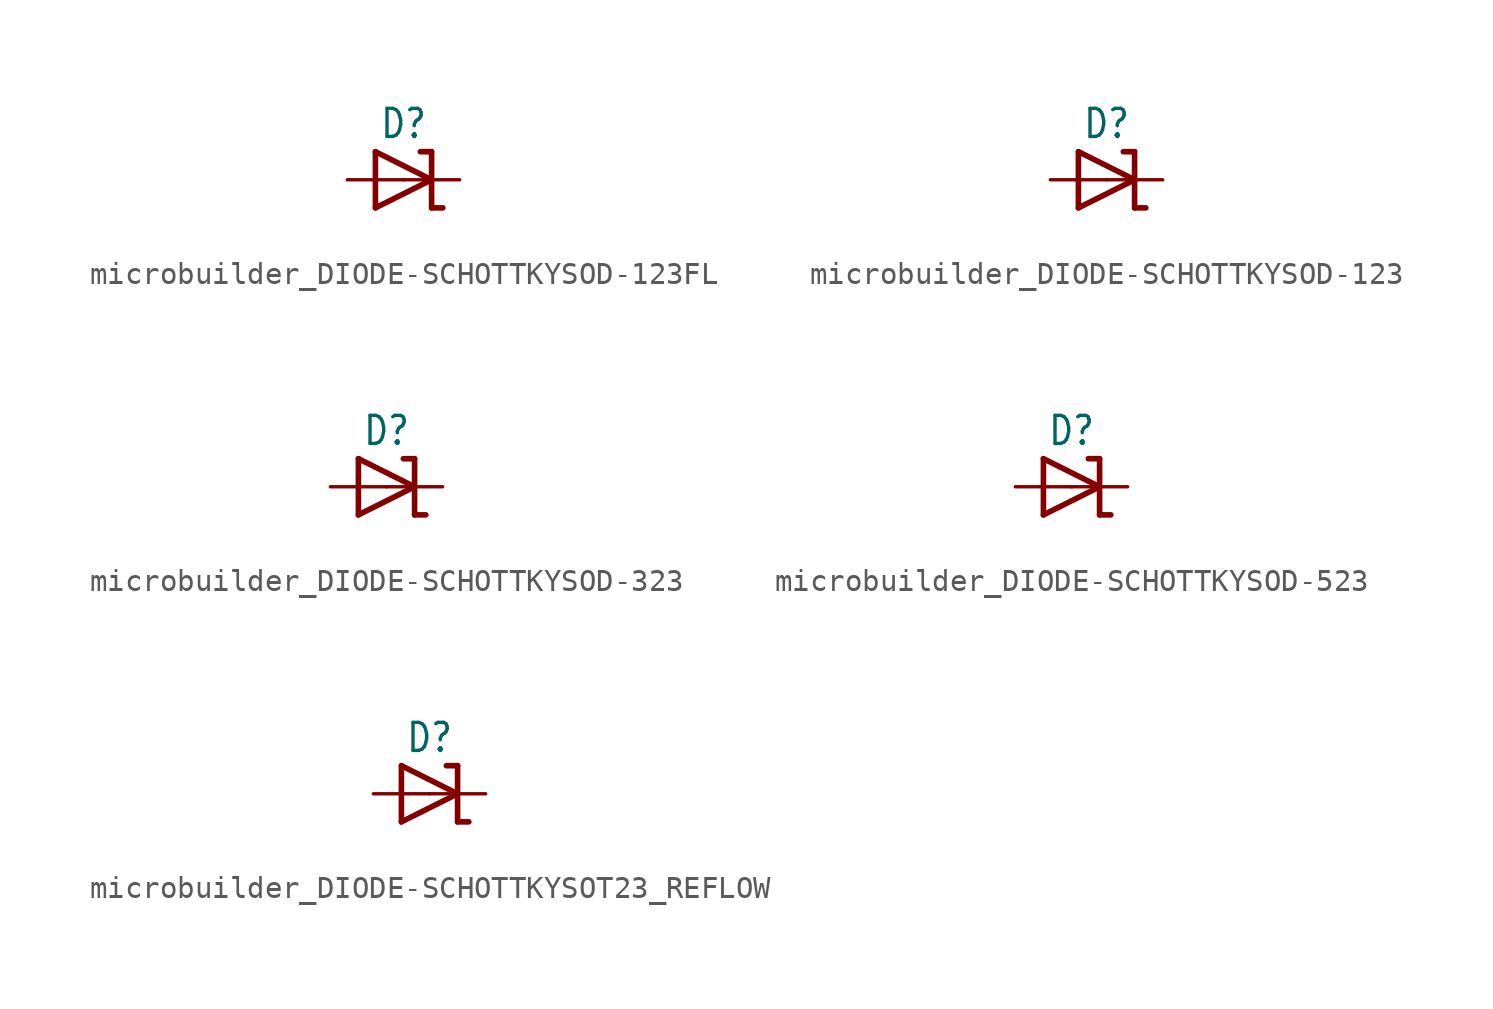
<source format=kicad_sym>
(kicad_symbol_lib
  (version 20241209)
  (generator "kicad_symbol_editor")
  (generator_version "9.0")
  (symbol "microbuilder_DIODE-SCHOTTKYSOD-123FL"
    (property "Reference" "D"
      (at 0 2.54 0)
      (effects (font (size 1.27 1.079))))
    (property "Value" ""
      (at 0 -2.5 0)
      (effects (font (size 1.27 1.079))))
    (property "ki_locked" ""
      (at 0 0 0)
      (effects (font (size 1.27 1.27))))
    (symbol "microbuilder_DIODE-SCHOTTKYSOD-123FL_1_0"
      (polyline (pts (xy -1.27 1.27) (xy -1.27 -1.27)) (stroke (width 0.254) (type solid)) (fill (type none)))
      (polyline (pts (xy -1.27 -1.27) (xy 1.27 0)) (stroke (width 0.254) (type solid)) (fill (type none)))
      (polyline (pts (xy 1.27 1.27) (xy 0.762 1.27)) (stroke (width 0.254) (type solid)) (fill (type none)))
      (polyline (pts (xy 1.27 1.27) (xy 1.27 0)) (stroke (width 0.254) (type solid)) (fill (type none)))
      (polyline (pts (xy 1.27 0) (xy -1.27 1.27)) (stroke (width 0.254) (type solid)) (fill (type none)))
      (polyline (pts (xy 1.27 0) (xy 1.27 -1.27)) (stroke (width 0.254) (type solid)) (fill (type none)))
      (polyline (pts (xy 1.27 -1.27) (xy 1.778 -1.27)) (stroke (width 0.254) (type solid)) (fill (type none)))
      (pin passive line (at -2.54 0 0) (length 2.54) (name "A" (effects (font (size 0 0)))) (number "A" (effects (font (size 0 0)))))
      (pin passive line (at 2.54 0 180) (length 2.54) (name "C" (effects (font (size 0 0)))) (number "C" (effects (font (size 0 0)))))))
  (symbol "microbuilder_DIODE-SCHOTTKYSOD-123"
    (property "Reference" "D"
      (at 0 2.54 0)
      (effects (font (size 1.27 1.079))))
    (property "Value" ""
      (at 0 -2.5 0)
      (effects (font (size 1.27 1.079))))
    (property "ki_locked" ""
      (at 0 0 0)
      (effects (font (size 1.27 1.27))))
    (symbol "microbuilder_DIODE-SCHOTTKYSOD-123_1_0"
      (polyline (pts (xy -1.27 1.27) (xy -1.27 -1.27)) (stroke (width 0.254) (type solid)) (fill (type none)))
      (polyline (pts (xy -1.27 -1.27) (xy 1.27 0)) (stroke (width 0.254) (type solid)) (fill (type none)))
      (polyline (pts (xy 1.27 1.27) (xy 0.762 1.27)) (stroke (width 0.254) (type solid)) (fill (type none)))
      (polyline (pts (xy 1.27 1.27) (xy 1.27 0)) (stroke (width 0.254) (type solid)) (fill (type none)))
      (polyline (pts (xy 1.27 0) (xy -1.27 1.27)) (stroke (width 0.254) (type solid)) (fill (type none)))
      (polyline (pts (xy 1.27 0) (xy 1.27 -1.27)) (stroke (width 0.254) (type solid)) (fill (type none)))
      (polyline (pts (xy 1.27 -1.27) (xy 1.778 -1.27)) (stroke (width 0.254) (type solid)) (fill (type none)))
      (pin passive line (at -2.54 0 0) (length 2.54) (name "A" (effects (font (size 0 0)))) (number "A" (effects (font (size 0 0)))))
      (pin passive line (at 2.54 0 180) (length 2.54) (name "C" (effects (font (size 0 0)))) (number "C" (effects (font (size 0 0)))))))
  (symbol "microbuilder_DIODE-SCHOTTKYSOD-323"
    (property "Reference" "D"
      (at 0 2.54 0)
      (effects (font (size 1.27 1.079))))
    (property "Value" ""
      (at 0 -2.5 0)
      (effects (font (size 1.27 1.079))))
    (property "ki_locked" ""
      (at 0 0 0)
      (effects (font (size 1.27 1.27))))
    (symbol "microbuilder_DIODE-SCHOTTKYSOD-323_1_0"
      (polyline (pts (xy -1.27 1.27) (xy -1.27 -1.27)) (stroke (width 0.254) (type solid)) (fill (type none)))
      (polyline (pts (xy -1.27 -1.27) (xy 1.27 0)) (stroke (width 0.254) (type solid)) (fill (type none)))
      (polyline (pts (xy 1.27 1.27) (xy 0.762 1.27)) (stroke (width 0.254) (type solid)) (fill (type none)))
      (polyline (pts (xy 1.27 1.27) (xy 1.27 0)) (stroke (width 0.254) (type solid)) (fill (type none)))
      (polyline (pts (xy 1.27 0) (xy -1.27 1.27)) (stroke (width 0.254) (type solid)) (fill (type none)))
      (polyline (pts (xy 1.27 0) (xy 1.27 -1.27)) (stroke (width 0.254) (type solid)) (fill (type none)))
      (polyline (pts (xy 1.27 -1.27) (xy 1.778 -1.27)) (stroke (width 0.254) (type solid)) (fill (type none)))
      (pin passive line (at -2.54 0 0) (length 2.54) (name "A" (effects (font (size 0 0)))) (number "A" (effects (font (size 0 0)))))
      (pin passive line (at 2.54 0 180) (length 2.54) (name "C" (effects (font (size 0 0)))) (number "C" (effects (font (size 0 0)))))))
  (symbol "microbuilder_DIODE-SCHOTTKYSOD-523"
    (property "Reference" "D"
      (at 0 2.54 0)
      (effects (font (size 1.27 1.079))))
    (property "Value" ""
      (at 0 -2.5 0)
      (effects (font (size 1.27 1.079))))
    (property "ki_locked" ""
      (at 0 0 0)
      (effects (font (size 1.27 1.27))))
    (symbol "microbuilder_DIODE-SCHOTTKYSOD-523_1_0"
      (polyline (pts (xy -1.27 1.27) (xy -1.27 -1.27)) (stroke (width 0.254) (type solid)) (fill (type none)))
      (polyline (pts (xy -1.27 -1.27) (xy 1.27 0)) (stroke (width 0.254) (type solid)) (fill (type none)))
      (polyline (pts (xy 1.27 1.27) (xy 0.762 1.27)) (stroke (width 0.254) (type solid)) (fill (type none)))
      (polyline (pts (xy 1.27 1.27) (xy 1.27 0)) (stroke (width 0.254) (type solid)) (fill (type none)))
      (polyline (pts (xy 1.27 0) (xy -1.27 1.27)) (stroke (width 0.254) (type solid)) (fill (type none)))
      (polyline (pts (xy 1.27 0) (xy 1.27 -1.27)) (stroke (width 0.254) (type solid)) (fill (type none)))
      (polyline (pts (xy 1.27 -1.27) (xy 1.778 -1.27)) (stroke (width 0.254) (type solid)) (fill (type none)))
      (pin passive line (at -2.54 0 0) (length 2.54) (name "A" (effects (font (size 0 0)))) (number "A" (effects (font (size 0 0)))))
      (pin passive line (at 2.54 0 180) (length 2.54) (name "C" (effects (font (size 0 0)))) (number "K" (effects (font (size 0 0)))))))
  (symbol "microbuilder_DIODE-SCHOTTKYSOT23_REFLOW"
    (property "Reference" "D"
      (at 0 2.54 0)
      (effects (font (size 1.27 1.079))))
    (property "Value" ""
      (at 0 -2.5 0)
      (effects (font (size 1.27 1.079))))
    (property "ki_locked" ""
      (at 0 0 0)
      (effects (font (size 1.27 1.27))))
    (symbol "microbuilder_DIODE-SCHOTTKYSOT23_REFLOW_1_0"
      (polyline (pts (xy -1.27 1.27) (xy -1.27 -1.27)) (stroke (width 0.254) (type solid)) (fill (type none)))
      (polyline (pts (xy -1.27 -1.27) (xy 1.27 0)) (stroke (width 0.254) (type solid)) (fill (type none)))
      (polyline (pts (xy 1.27 1.27) (xy 0.762 1.27)) (stroke (width 0.254) (type solid)) (fill (type none)))
      (polyline (pts (xy 1.27 1.27) (xy 1.27 0)) (stroke (width 0.254) (type solid)) (fill (type none)))
      (polyline (pts (xy 1.27 0) (xy -1.27 1.27)) (stroke (width 0.254) (type solid)) (fill (type none)))
      (polyline (pts (xy 1.27 0) (xy 1.27 -1.27)) (stroke (width 0.254) (type solid)) (fill (type none)))
      (polyline (pts (xy 1.27 -1.27) (xy 1.778 -1.27)) (stroke (width 0.254) (type solid)) (fill (type none)))
      (pin passive line (at -2.54 0 0) (length 2.54) (name "A" (effects (font (size 0 0)))) (number "1" (effects (font (size 0 0)))))
      (pin passive line (at 2.54 0 180) (length 2.54) (name "C" (effects (font (size 0 0)))) (number "3" (effects (font (size 0 0))))))))
</source>
